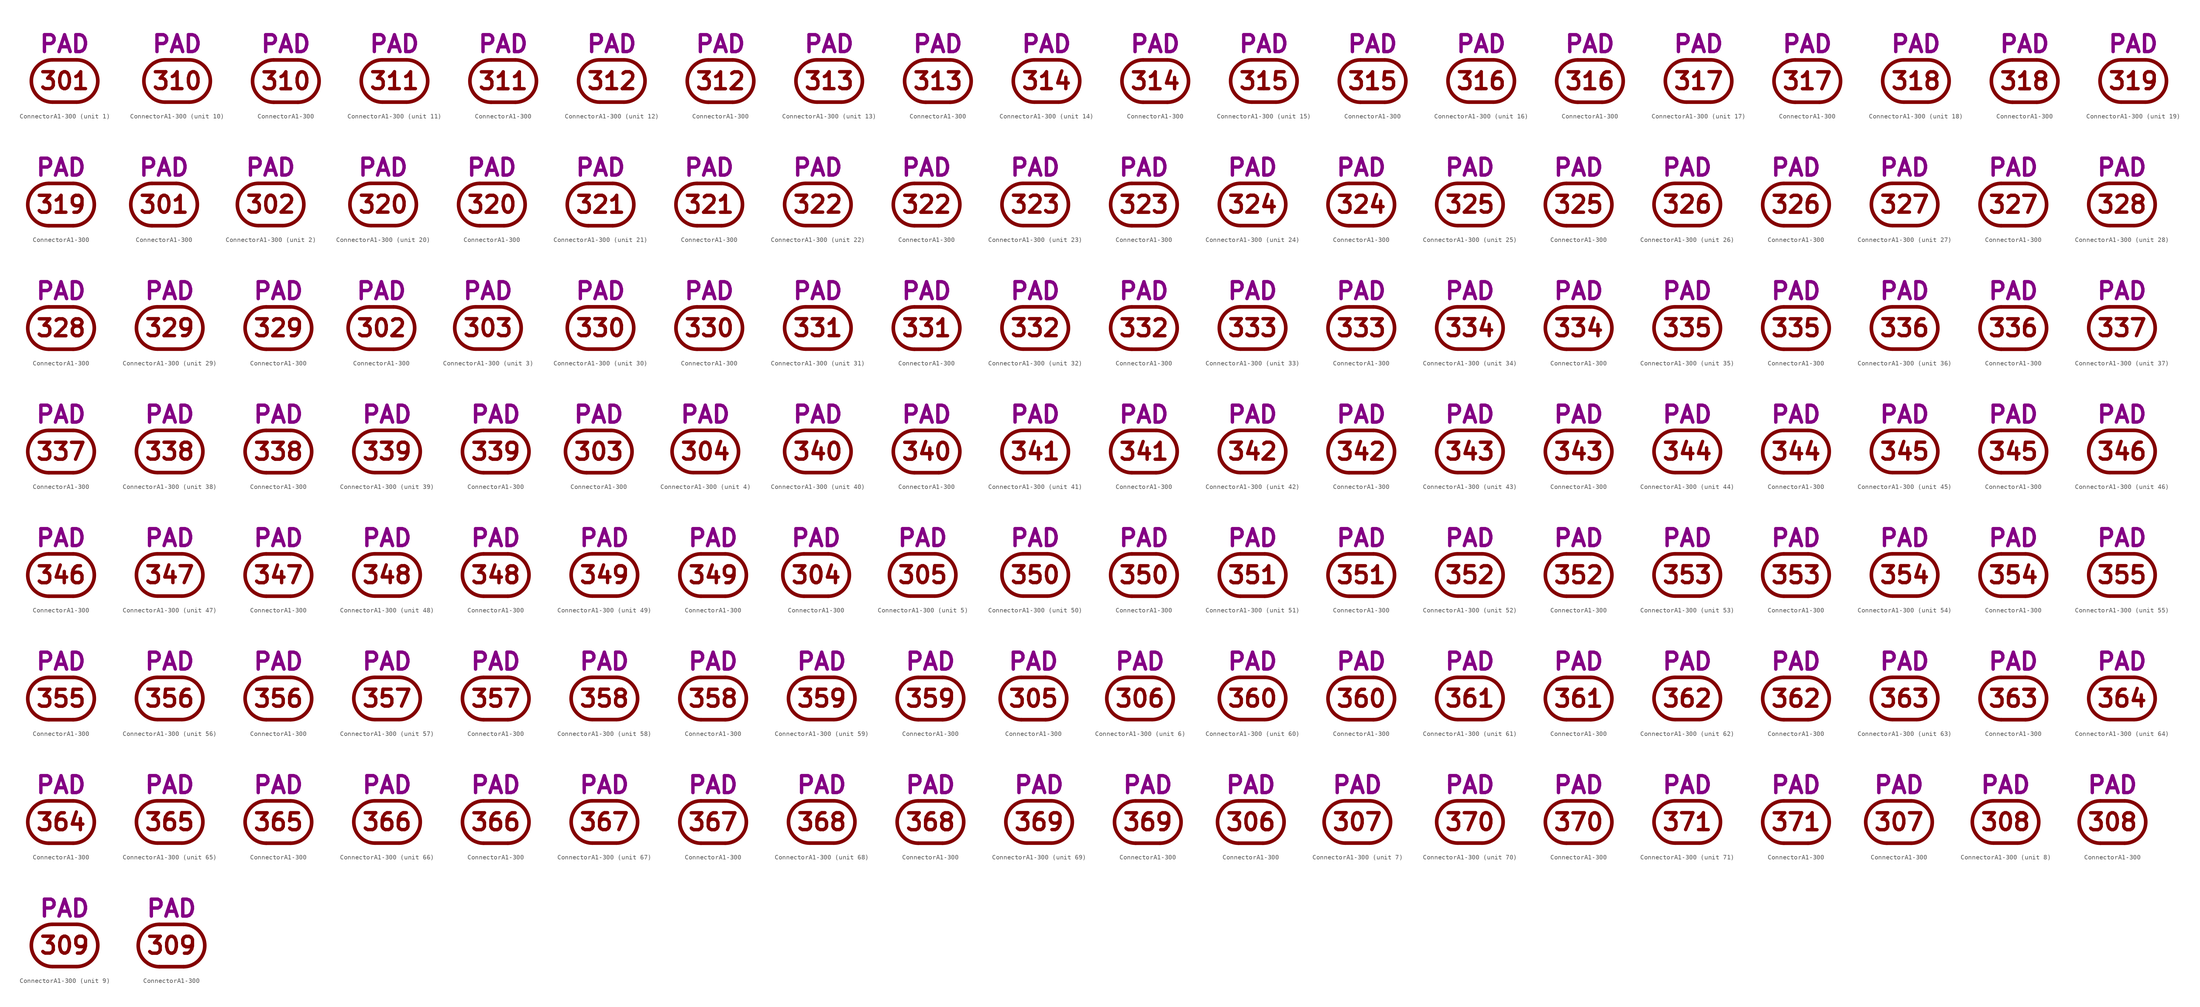
<source format=kicad_sym>
(kicad_symbol_lib
  (version 20211014)
  (generator kicad_symbol_editor)
  (symbol "ConnectorA1-300"
    (pin_numbers hide)
    (pin_names
      (offset 0) hide)
    (property "Reference" "J"
      (at 0 8.255 0)
      (effects (font (size 3.556 3.556)) hide))
    (property "Caption" "PAD"
      (at 0 5.715 0)
      (effects (font (size 3.556 3.556) bold) (justify bottom)))
    (property "ki_locked" ""
      (at 0 0 0)
      (effects (font (size 1.27 1.27))))
    (symbol "ConnectorA1-300_0_0"
      (arc (start -2.54 4.445) (mid -6.985 0) (end -2.54 -4.445) (stroke (width 0.762) (type default) (color 0 0 0 0)) (fill (type none)))
      (polyline (pts (xy -2.54 -4.445) (xy 2.54 -4.445)) (stroke (width 0.762) (type default) (color 0 0 0 0)) (fill (type none)))
      (polyline (pts (xy -2.54 4.445) (xy 2.54 4.445)) (stroke (width 0.762) (type default) (color 0 0 0 0)) (fill (type none)))
      (arc (start 2.54 -4.445) (mid 6.985 0) (end 2.54 4.445) (stroke (width 0.762) (type default) (color 0 0 0 0)) (fill (type none))))
    (symbol "ConnectorA1-300_1_0"
      (text "301" (at 0 0 0) (effects (font (size 3.556 3.556) bold))))
    (symbol "ConnectorA1-300_1_1"
      (pin passive line (at 6.985 0 180) (length 0) (name "301" (effects (font (size 3.556 3.556)))) (number "301" (effects (font (size 3.556 3.556))))))
    (symbol "ConnectorA1-300_1_2"
      (pin passive line (at 0 4.445 270) (length 0) (name "301" (effects (font (size 3.556 3.556)))) (number "301" (effects (font (size 3.556 3.556))))))
    (symbol "ConnectorA1-300_2_0"
      (text "302" (at 0 0 0) (effects (font (size 3.556 3.556) bold))))
    (symbol "ConnectorA1-300_2_1"
      (pin passive line (at 6.985 0 180) (length 0) (name "302" (effects (font (size 3.556 3.556)))) (number "302" (effects (font (size 3.556 3.556))))))
    (symbol "ConnectorA1-300_2_2"
      (pin passive line (at 0 4.445 270) (length 0) (name "302" (effects (font (size 3.556 3.556)))) (number "302" (effects (font (size 3.556 3.556))))))
    (symbol "ConnectorA1-300_3_0"
      (text "303" (at 0 0 0) (effects (font (size 3.556 3.556) bold))))
    (symbol "ConnectorA1-300_3_1"
      (pin passive line (at 6.985 0 180) (length 0) (name "303" (effects (font (size 3.556 3.556)))) (number "303" (effects (font (size 3.556 3.556))))))
    (symbol "ConnectorA1-300_3_2"
      (pin passive line (at 0 4.445 270) (length 0) (name "303" (effects (font (size 3.556 3.556)))) (number "303" (effects (font (size 3.556 3.556))))))
    (symbol "ConnectorA1-300_4_0"
      (text "304" (at 0 0 0) (effects (font (size 3.556 3.556) bold))))
    (symbol "ConnectorA1-300_4_1"
      (pin passive line (at 6.985 0 180) (length 0) (name "304" (effects (font (size 3.556 3.556)))) (number "304" (effects (font (size 3.556 3.556))))))
    (symbol "ConnectorA1-300_4_2"
      (pin passive line (at 0 4.445 270) (length 0) (name "304" (effects (font (size 3.556 3.556)))) (number "304" (effects (font (size 3.556 3.556))))))
    (symbol "ConnectorA1-300_5_0"
      (text "305" (at 0 0 0) (effects (font (size 3.556 3.556) bold))))
    (symbol "ConnectorA1-300_5_1"
      (pin passive line (at 6.985 0 180) (length 0) (name "305" (effects (font (size 3.556 3.556)))) (number "305" (effects (font (size 3.556 3.556))))))
    (symbol "ConnectorA1-300_5_2"
      (pin passive line (at 0 4.445 270) (length 0) (name "305" (effects (font (size 3.556 3.556)))) (number "305" (effects (font (size 3.556 3.556))))))
    (symbol "ConnectorA1-300_6_0"
      (text "306" (at 0 0 0) (effects (font (size 3.556 3.556) bold))))
    (symbol "ConnectorA1-300_6_1"
      (pin passive line (at 6.985 0 180) (length 0) (name "306" (effects (font (size 3.556 3.556)))) (number "306" (effects (font (size 3.556 3.556))))))
    (symbol "ConnectorA1-300_6_2"
      (pin passive line (at 0 4.445 270) (length 0) (name "306" (effects (font (size 3.556 3.556)))) (number "306" (effects (font (size 3.556 3.556))))))
    (symbol "ConnectorA1-300_7_0"
      (text "307" (at 0 0 0) (effects (font (size 3.556 3.556) bold))))
    (symbol "ConnectorA1-300_7_1"
      (pin passive line (at 6.985 0 180) (length 0) (name "307" (effects (font (size 3.556 3.556)))) (number "307" (effects (font (size 3.556 3.556))))))
    (symbol "ConnectorA1-300_7_2"
      (pin passive line (at 0 4.445 270) (length 0) (name "307" (effects (font (size 3.556 3.556)))) (number "307" (effects (font (size 3.556 3.556))))))
    (symbol "ConnectorA1-300_8_0"
      (text "308" (at 0 0 0) (effects (font (size 3.556 3.556) bold))))
    (symbol "ConnectorA1-300_8_1"
      (pin passive line (at 6.985 0 180) (length 0) (name "308" (effects (font (size 3.556 3.556)))) (number "308" (effects (font (size 3.556 3.556))))))
    (symbol "ConnectorA1-300_8_2"
      (pin passive line (at 0 4.445 270) (length 0) (name "308" (effects (font (size 3.556 3.556)))) (number "308" (effects (font (size 3.556 3.556))))))
    (symbol "ConnectorA1-300_9_0"
      (text "309" (at 0 0 0) (effects (font (size 3.556 3.556) bold))))
    (symbol "ConnectorA1-300_9_1"
      (pin passive line (at 6.985 0 180) (length 0) (name "309" (effects (font (size 3.556 3.556)))) (number "309" (effects (font (size 3.556 3.556))))))
    (symbol "ConnectorA1-300_9_2"
      (pin passive line (at 0 4.445 270) (length 0) (name "309" (effects (font (size 3.556 3.556)))) (number "309" (effects (font (size 3.556 3.556))))))
    (symbol "ConnectorA1-300_10_0"
      (text "310" (at 0 0 0) (effects (font (size 3.556 3.556) bold))))
    (symbol "ConnectorA1-300_10_1"
      (pin passive line (at 6.985 0 180) (length 0) (name "310" (effects (font (size 3.556 3.556)))) (number "310" (effects (font (size 3.556 3.556))))))
    (symbol "ConnectorA1-300_10_2"
      (pin passive line (at 0 4.445 270) (length 0) (name "310" (effects (font (size 3.556 3.556)))) (number "310" (effects (font (size 3.556 3.556))))))
    (symbol "ConnectorA1-300_11_0"
      (text "311" (at 0 0 0) (effects (font (size 3.556 3.556) bold))))
    (symbol "ConnectorA1-300_11_1"
      (pin passive line (at 6.985 0 180) (length 0) (name "311" (effects (font (size 3.556 3.556)))) (number "311" (effects (font (size 3.556 3.556))))))
    (symbol "ConnectorA1-300_11_2"
      (pin passive line (at 0 4.445 270) (length 0) (name "311" (effects (font (size 3.556 3.556)))) (number "311" (effects (font (size 3.556 3.556))))))
    (symbol "ConnectorA1-300_12_0"
      (text "312" (at 0 0 0) (effects (font (size 3.556 3.556) bold))))
    (symbol "ConnectorA1-300_12_1"
      (pin passive line (at 6.985 0 180) (length 0) (name "312" (effects (font (size 3.556 3.556)))) (number "312" (effects (font (size 3.556 3.556))))))
    (symbol "ConnectorA1-300_12_2"
      (pin passive line (at 0 4.445 270) (length 0) (name "312" (effects (font (size 3.556 3.556)))) (number "312" (effects (font (size 3.556 3.556))))))
    (symbol "ConnectorA1-300_13_0"
      (text "313" (at 0 0 0) (effects (font (size 3.556 3.556) bold))))
    (symbol "ConnectorA1-300_13_1"
      (pin passive line (at 6.985 0 180) (length 0) (name "313" (effects (font (size 3.556 3.556)))) (number "313" (effects (font (size 3.556 3.556))))))
    (symbol "ConnectorA1-300_13_2"
      (pin passive line (at 0 4.445 270) (length 0) (name "313" (effects (font (size 3.556 3.556)))) (number "313" (effects (font (size 3.556 3.556))))))
    (symbol "ConnectorA1-300_14_0"
      (text "314" (at 0 0 0) (effects (font (size 3.556 3.556) bold))))
    (symbol "ConnectorA1-300_14_1"
      (pin passive line (at 6.985 0 180) (length 0) (name "314" (effects (font (size 3.556 3.556)))) (number "314" (effects (font (size 3.556 3.556))))))
    (symbol "ConnectorA1-300_14_2"
      (pin passive line (at 0 4.445 270) (length 0) (name "314" (effects (font (size 3.556 3.556)))) (number "314" (effects (font (size 3.556 3.556))))))
    (symbol "ConnectorA1-300_15_0"
      (text "315" (at 0 0 0) (effects (font (size 3.556 3.556) bold))))
    (symbol "ConnectorA1-300_15_1"
      (pin passive line (at 6.985 0 180) (length 0) (name "315" (effects (font (size 3.556 3.556)))) (number "315" (effects (font (size 3.556 3.556))))))
    (symbol "ConnectorA1-300_15_2"
      (pin passive line (at 0 4.445 270) (length 0) (name "315" (effects (font (size 3.556 3.556)))) (number "315" (effects (font (size 3.556 3.556))))))
    (symbol "ConnectorA1-300_16_0"
      (text "316" (at 0 0 0) (effects (font (size 3.556 3.556) bold))))
    (symbol "ConnectorA1-300_16_1"
      (pin passive line (at 6.985 0 180) (length 0) (name "316" (effects (font (size 3.556 3.556)))) (number "316" (effects (font (size 3.556 3.556))))))
    (symbol "ConnectorA1-300_16_2"
      (pin passive line (at 0 4.445 270) (length 0) (name "316" (effects (font (size 3.556 3.556)))) (number "316" (effects (font (size 3.556 3.556))))))
    (symbol "ConnectorA1-300_17_0"
      (text "317" (at 0 0 0) (effects (font (size 3.556 3.556) bold))))
    (symbol "ConnectorA1-300_17_1"
      (pin passive line (at 6.985 0 180) (length 0) (name "317" (effects (font (size 3.556 3.556)))) (number "317" (effects (font (size 3.556 3.556))))))
    (symbol "ConnectorA1-300_17_2"
      (pin passive line (at 0 4.445 270) (length 0) (name "317" (effects (font (size 3.556 3.556)))) (number "317" (effects (font (size 3.556 3.556))))))
    (symbol "ConnectorA1-300_18_0"
      (text "318" (at 0 0 0) (effects (font (size 3.556 3.556) bold))))
    (symbol "ConnectorA1-300_18_1"
      (pin passive line (at 6.985 0 180) (length 0) (name "318" (effects (font (size 3.556 3.556)))) (number "318" (effects (font (size 3.556 3.556))))))
    (symbol "ConnectorA1-300_18_2"
      (pin passive line (at 0 4.445 270) (length 0) (name "318" (effects (font (size 3.556 3.556)))) (number "318" (effects (font (size 3.556 3.556))))))
    (symbol "ConnectorA1-300_19_0"
      (text "319" (at 0 0 0) (effects (font (size 3.556 3.556) bold))))
    (symbol "ConnectorA1-300_19_1"
      (pin passive line (at 6.985 0 180) (length 0) (name "319" (effects (font (size 3.556 3.556)))) (number "319" (effects (font (size 3.556 3.556))))))
    (symbol "ConnectorA1-300_19_2"
      (pin passive line (at 0 4.445 270) (length 0) (name "319" (effects (font (size 3.556 3.556)))) (number "319" (effects (font (size 3.556 3.556))))))
    (symbol "ConnectorA1-300_20_0"
      (text "320" (at 0 0 0) (effects (font (size 3.556 3.556) bold))))
    (symbol "ConnectorA1-300_20_1"
      (pin passive line (at 6.985 0 180) (length 0) (name "320" (effects (font (size 3.556 3.556)))) (number "320" (effects (font (size 3.556 3.556))))))
    (symbol "ConnectorA1-300_20_2"
      (pin passive line (at 0 4.445 270) (length 0) (name "320" (effects (font (size 3.556 3.556)))) (number "320" (effects (font (size 3.556 3.556))))))
    (symbol "ConnectorA1-300_21_0"
      (text "321" (at 0 0 0) (effects (font (size 3.556 3.556) bold))))
    (symbol "ConnectorA1-300_22_0"
      (text "322" (at 0 0 0) (effects (font (size 3.556 3.556) bold))))
    (symbol "ConnectorA1-300_22_1"
      (pin passive line (at 6.985 0 180) (length 0) (name "322" (effects (font (size 3.556 3.556)))) (number "322" (effects (font (size 3.556 3.556))))))
    (symbol "ConnectorA1-300_22_2"
      (pin passive line (at 0 4.445 270) (length 0) (name "322" (effects (font (size 3.556 3.556)))) (number "322" (effects (font (size 3.556 3.556))))))
    (symbol "ConnectorA1-300_23_0"
      (text "323" (at 0 0 0) (effects (font (size 3.556 3.556) bold))))
    (symbol "ConnectorA1-300_23_1"
      (pin passive line (at 6.985 0 180) (length 0) (name "323" (effects (font (size 3.556 3.556)))) (number "323" (effects (font (size 3.556 3.556))))))
    (symbol "ConnectorA1-300_23_2"
      (pin passive line (at 0 4.445 270) (length 0) (name "323" (effects (font (size 3.556 3.556)))) (number "323" (effects (font (size 3.556 3.556))))))
    (symbol "ConnectorA1-300_24_0"
      (text "324" (at 0 0 0) (effects (font (size 3.556 3.556) bold))))
    (symbol "ConnectorA1-300_24_1"
      (pin passive line (at 6.985 0 180) (length 0) (name "324" (effects (font (size 3.556 3.556)))) (number "324" (effects (font (size 3.556 3.556))))))
    (symbol "ConnectorA1-300_24_2"
      (pin passive line (at 0 4.445 270) (length 0) (name "324" (effects (font (size 3.556 3.556)))) (number "324" (effects (font (size 3.556 3.556))))))
    (symbol "ConnectorA1-300_25_0"
      (text "325" (at 0 0 0) (effects (font (size 3.556 3.556) bold))))
    (symbol "ConnectorA1-300_25_1"
      (pin passive line (at 6.985 0 180) (length 0) (name "325" (effects (font (size 3.556 3.556)))) (number "325" (effects (font (size 3.556 3.556))))))
    (symbol "ConnectorA1-300_25_2"
      (pin passive line (at 0 4.445 270) (length 0) (name "325" (effects (font (size 3.556 3.556)))) (number "325" (effects (font (size 3.556 3.556))))))
    (symbol "ConnectorA1-300_26_0"
      (text "326" (at 0 0 0) (effects (font (size 3.556 3.556) bold))))
    (symbol "ConnectorA1-300_26_1"
      (pin passive line (at 6.985 0 180) (length 0) (name "326" (effects (font (size 3.556 3.556)))) (number "326" (effects (font (size 3.556 3.556))))))
    (symbol "ConnectorA1-300_26_2"
      (pin passive line (at 0 4.445 270) (length 0) (name "326" (effects (font (size 3.556 3.556)))) (number "326" (effects (font (size 3.556 3.556))))))
    (symbol "ConnectorA1-300_27_0"
      (text "327" (at 0 0 0) (effects (font (size 3.556 3.556) bold))))
    (symbol "ConnectorA1-300_27_1"
      (pin passive line (at 6.985 0 180) (length 0) (name "327" (effects (font (size 3.556 3.556)))) (number "327" (effects (font (size 3.556 3.556))))))
    (symbol "ConnectorA1-300_27_2"
      (pin passive line (at 0 4.445 270) (length 0) (name "327" (effects (font (size 3.556 3.556)))) (number "327" (effects (font (size 3.556 3.556))))))
    (symbol "ConnectorA1-300_28_0"
      (text "328" (at 0 0 0) (effects (font (size 3.556 3.556) bold))))
    (symbol "ConnectorA1-300_28_1"
      (pin passive line (at 6.985 0 180) (length 0) (name "328" (effects (font (size 3.556 3.556)))) (number "328" (effects (font (size 3.556 3.556))))))
    (symbol "ConnectorA1-300_28_2"
      (pin passive line (at 0 4.445 270) (length 0) (name "328" (effects (font (size 3.556 3.556)))) (number "328" (effects (font (size 3.556 3.556))))))
    (symbol "ConnectorA1-300_29_0"
      (text "329" (at 0 0 0) (effects (font (size 3.556 3.556) bold))))
    (symbol "ConnectorA1-300_29_1"
      (pin passive line (at 6.985 0 180) (length 0) (name "329" (effects (font (size 3.556 3.556)))) (number "329" (effects (font (size 3.556 3.556))))))
    (symbol "ConnectorA1-300_29_2"
      (pin passive line (at 0 4.445 270) (length 0) (name "329" (effects (font (size 3.556 3.556)))) (number "329" (effects (font (size 3.556 3.556))))))
    (symbol "ConnectorA1-300_30_0"
      (text "330" (at 0 0 0) (effects (font (size 3.556 3.556) bold))))
    (symbol "ConnectorA1-300_30_1"
      (pin passive line (at 6.985 0 180) (length 0) (name "330" (effects (font (size 3.556 3.556)))) (number "330" (effects (font (size 3.556 3.556))))))
    (symbol "ConnectorA1-300_30_2"
      (pin passive line (at 0 4.445 270) (length 0) (name "330" (effects (font (size 3.556 3.556)))) (number "330" (effects (font (size 3.556 3.556))))))
    (symbol "ConnectorA1-300_31_0"
      (text "331" (at 0 0 0) (effects (font (size 3.556 3.556) bold))))
    (symbol "ConnectorA1-300_31_1"
      (pin passive line (at 6.985 0 180) (length 0) (name "331" (effects (font (size 3.556 3.556)))) (number "331" (effects (font (size 3.556 3.556))))))
    (symbol "ConnectorA1-300_31_2"
      (pin passive line (at 0 4.445 270) (length 0) (name "331" (effects (font (size 3.556 3.556)))) (number "331" (effects (font (size 3.556 3.556))))))
    (symbol "ConnectorA1-300_32_0"
      (text "332" (at 0 0 0) (effects (font (size 3.556 3.556) bold))))
    (symbol "ConnectorA1-300_32_1"
      (pin passive line (at 6.985 0 180) (length 0) (name "332" (effects (font (size 3.556 3.556)))) (number "332" (effects (font (size 3.556 3.556))))))
    (symbol "ConnectorA1-300_32_2"
      (pin passive line (at 0 4.445 270) (length 0) (name "332" (effects (font (size 3.556 3.556)))) (number "332" (effects (font (size 3.556 3.556))))))
    (symbol "ConnectorA1-300_33_0"
      (text "333" (at 0 0 0) (effects (font (size 3.556 3.556) bold))))
    (symbol "ConnectorA1-300_33_1"
      (pin passive line (at 6.985 0 180) (length 0) (name "333" (effects (font (size 3.556 3.556)))) (number "333" (effects (font (size 3.556 3.556))))))
    (symbol "ConnectorA1-300_33_2"
      (pin passive line (at 0 4.445 270) (length 0) (name "333" (effects (font (size 3.556 3.556)))) (number "333" (effects (font (size 3.556 3.556))))))
    (symbol "ConnectorA1-300_34_0"
      (text "334" (at 0 0 0) (effects (font (size 3.556 3.556) bold))))
    (symbol "ConnectorA1-300_34_1"
      (pin passive line (at 6.985 0 180) (length 0) (name "334" (effects (font (size 3.556 3.556)))) (number "334" (effects (font (size 3.556 3.556))))))
    (symbol "ConnectorA1-300_34_2"
      (pin passive line (at 0 4.445 270) (length 0) (name "334" (effects (font (size 3.556 3.556)))) (number "334" (effects (font (size 3.556 3.556))))))
    (symbol "ConnectorA1-300_35_0"
      (text "335" (at 0 0 0) (effects (font (size 3.556 3.556) bold))))
    (symbol "ConnectorA1-300_35_1"
      (pin passive line (at 6.985 0 180) (length 0) (name "335" (effects (font (size 3.556 3.556)))) (number "335" (effects (font (size 3.556 3.556))))))
    (symbol "ConnectorA1-300_35_2"
      (pin passive line (at 0 4.445 270) (length 0) (name "335" (effects (font (size 3.556 3.556)))) (number "335" (effects (font (size 3.556 3.556))))))
    (symbol "ConnectorA1-300_36_0"
      (text "336" (at 0 0 0) (effects (font (size 3.556 3.556) bold))))
    (symbol "ConnectorA1-300_36_1"
      (pin passive line (at 6.985 0 180) (length 0) (name "336" (effects (font (size 3.556 3.556)))) (number "336" (effects (font (size 3.556 3.556))))))
    (symbol "ConnectorA1-300_36_2"
      (pin passive line (at 0 4.445 270) (length 0) (name "336" (effects (font (size 3.556 3.556)))) (number "336" (effects (font (size 3.556 3.556))))))
    (symbol "ConnectorA1-300_37_0"
      (text "337" (at 0 0 0) (effects (font (size 3.556 3.556) bold))))
    (symbol "ConnectorA1-300_37_1"
      (pin passive line (at 6.985 0 180) (length 0) (name "337" (effects (font (size 3.556 3.556)))) (number "337" (effects (font (size 3.556 3.556))))))
    (symbol "ConnectorA1-300_37_2"
      (pin passive line (at 0 4.445 270) (length 0) (name "337" (effects (font (size 3.556 3.556)))) (number "337" (effects (font (size 3.556 3.556))))))
    (symbol "ConnectorA1-300_38_0"
      (text "338" (at 0 0 0) (effects (font (size 3.556 3.556) bold))))
    (symbol "ConnectorA1-300_38_1"
      (pin passive line (at 6.985 0 180) (length 0) (name "338" (effects (font (size 3.556 3.556)))) (number "338" (effects (font (size 3.556 3.556))))))
    (symbol "ConnectorA1-300_38_2"
      (pin passive line (at 0 4.445 270) (length 0) (name "338" (effects (font (size 3.556 3.556)))) (number "338" (effects (font (size 3.556 3.556))))))
    (symbol "ConnectorA1-300_39_0"
      (text "339" (at 0 0 0) (effects (font (size 3.556 3.556) bold))))
    (symbol "ConnectorA1-300_39_1"
      (pin passive line (at 6.985 0 180) (length 0) (name "339" (effects (font (size 3.556 3.556)))) (number "339" (effects (font (size 3.556 3.556))))))
    (symbol "ConnectorA1-300_39_2"
      (pin passive line (at 0 4.445 270) (length 0) (name "339" (effects (font (size 3.556 3.556)))) (number "339" (effects (font (size 3.556 3.556))))))
    (symbol "ConnectorA1-300_40_0"
      (text "340" (at 0 0 0) (effects (font (size 3.556 3.556) bold))))
    (symbol "ConnectorA1-300_40_1"
      (pin passive line (at 6.985 0 180) (length 0) (name "340" (effects (font (size 3.556 3.556)))) (number "340" (effects (font (size 3.556 3.556))))))
    (symbol "ConnectorA1-300_40_2"
      (pin passive line (at 0 4.445 270) (length 0) (name "340" (effects (font (size 3.556 3.556)))) (number "340" (effects (font (size 3.556 3.556))))))
    (symbol "ConnectorA1-300_41_0"
      (text "341" (at 0 0 0) (effects (font (size 3.556 3.556) bold))))
    (symbol "ConnectorA1-300_41_1"
      (pin passive line (at 6.985 0 180) (length 0) (name "341" (effects (font (size 3.556 3.556)))) (number "341" (effects (font (size 3.556 3.556))))))
    (symbol "ConnectorA1-300_41_2"
      (pin passive line (at 0 4.445 270) (length 0) (name "341" (effects (font (size 3.556 3.556)))) (number "341" (effects (font (size 3.556 3.556))))))
    (symbol "ConnectorA1-300_42_0"
      (text "342" (at 0 0 0) (effects (font (size 3.556 3.556) bold))))
    (symbol "ConnectorA1-300_42_1"
      (pin passive line (at 6.985 0 180) (length 0) (name "342" (effects (font (size 3.556 3.556)))) (number "342" (effects (font (size 3.556 3.556))))))
    (symbol "ConnectorA1-300_42_2"
      (pin passive line (at 0 4.445 270) (length 0) (name "342" (effects (font (size 3.556 3.556)))) (number "342" (effects (font (size 3.556 3.556))))))
    (symbol "ConnectorA1-300_43_0"
      (text "343" (at 0 0 0) (effects (font (size 3.556 3.556) bold))))
    (symbol "ConnectorA1-300_43_1"
      (pin passive line (at 6.985 0 180) (length 0) (name "343" (effects (font (size 3.556 3.556)))) (number "343" (effects (font (size 3.556 3.556))))))
    (symbol "ConnectorA1-300_43_2"
      (pin passive line (at 0 4.445 270) (length 0) (name "343" (effects (font (size 3.556 3.556)))) (number "343" (effects (font (size 3.556 3.556))))))
    (symbol "ConnectorA1-300_44_0"
      (text "344" (at 0 0 0) (effects (font (size 3.556 3.556) bold))))
    (symbol "ConnectorA1-300_44_1"
      (pin passive line (at 6.985 0 180) (length 0) (name "344" (effects (font (size 3.556 3.556)))) (number "344" (effects (font (size 3.556 3.556))))))
    (symbol "ConnectorA1-300_44_2"
      (pin passive line (at 0 4.445 270) (length 0) (name "344" (effects (font (size 3.556 3.556)))) (number "344" (effects (font (size 3.556 3.556))))))
    (symbol "ConnectorA1-300_45_0"
      (text "345" (at 0 0 0) (effects (font (size 3.556 3.556) bold))))
    (symbol "ConnectorA1-300_45_1"
      (pin passive line (at 6.985 0 180) (length 0) (name "345" (effects (font (size 3.556 3.556)))) (number "345" (effects (font (size 3.556 3.556))))))
    (symbol "ConnectorA1-300_45_2"
      (pin passive line (at 0 4.445 270) (length 0) (name "345" (effects (font (size 3.556 3.556)))) (number "345" (effects (font (size 3.556 3.556))))))
    (symbol "ConnectorA1-300_46_0"
      (text "346" (at 0 0 0) (effects (font (size 3.556 3.556) bold))))
    (symbol "ConnectorA1-300_46_1"
      (pin passive line (at 6.985 0 180) (length 0) (name "346" (effects (font (size 3.556 3.556)))) (number "346" (effects (font (size 3.556 3.556))))))
    (symbol "ConnectorA1-300_46_2"
      (pin passive line (at 0 4.445 270) (length 0) (name "346" (effects (font (size 3.556 3.556)))) (number "346" (effects (font (size 3.556 3.556))))))
    (symbol "ConnectorA1-300_47_0"
      (text "347" (at 0 0 0) (effects (font (size 3.556 3.556) bold))))
    (symbol "ConnectorA1-300_47_1"
      (pin passive line (at 6.985 0 180) (length 0) (name "347" (effects (font (size 3.556 3.556)))) (number "347" (effects (font (size 3.556 3.556))))))
    (symbol "ConnectorA1-300_47_2"
      (pin passive line (at 0 4.445 270) (length 0) (name "347" (effects (font (size 3.556 3.556)))) (number "347" (effects (font (size 3.556 3.556))))))
    (symbol "ConnectorA1-300_48_0"
      (text "348" (at 0 0 0) (effects (font (size 3.556 3.556) bold))))
    (symbol "ConnectorA1-300_48_1"
      (pin passive line (at 6.985 0 180) (length 0) (name "348" (effects (font (size 3.556 3.556)))) (number "348" (effects (font (size 3.556 3.556))))))
    (symbol "ConnectorA1-300_48_2"
      (pin passive line (at 0 4.445 270) (length 0) (name "348" (effects (font (size 3.556 3.556)))) (number "348" (effects (font (size 3.556 3.556))))))
    (symbol "ConnectorA1-300_49_0"
      (text "349" (at 0 0 0) (effects (font (size 3.556 3.556) bold))))
    (symbol "ConnectorA1-300_49_1"
      (pin passive line (at 6.985 0 180) (length 0) (name "349" (effects (font (size 3.556 3.556)))) (number "349" (effects (font (size 3.556 3.556))))))
    (symbol "ConnectorA1-300_49_2"
      (pin passive line (at 0 4.445 270) (length 0) (name "349" (effects (font (size 3.556 3.556)))) (number "349" (effects (font (size 3.556 3.556))))))
    (symbol "ConnectorA1-300_50_0"
      (text "350" (at 0 0 0) (effects (font (size 3.556 3.556) bold))))
    (symbol "ConnectorA1-300_50_1"
      (pin passive line (at 6.985 0 180) (length 0) (name "350" (effects (font (size 3.556 3.556)))) (number "350" (effects (font (size 3.556 3.556))))))
    (symbol "ConnectorA1-300_50_2"
      (pin passive line (at 0 4.445 270) (length 0) (name "350" (effects (font (size 3.556 3.556)))) (number "350" (effects (font (size 3.556 3.556))))))
    (symbol "ConnectorA1-300_51_0"
      (text "351" (at 0 0 0) (effects (font (size 3.556 3.556) bold))))
    (symbol "ConnectorA1-300_52_0"
      (text "352" (at 0 0 0) (effects (font (size 3.556 3.556) bold))))
    (symbol "ConnectorA1-300_52_1"
      (pin passive line (at 6.985 0 180) (length 0) (name "352" (effects (font (size 3.556 3.556)))) (number "352" (effects (font (size 3.556 3.556))))))
    (symbol "ConnectorA1-300_52_2"
      (pin passive line (at 0 4.445 270) (length 0) (name "352" (effects (font (size 3.556 3.556)))) (number "352" (effects (font (size 3.556 3.556))))))
    (symbol "ConnectorA1-300_53_0"
      (text "353" (at 0 0 0) (effects (font (size 3.556 3.556) bold))))
    (symbol "ConnectorA1-300_53_1"
      (pin passive line (at 6.985 0 180) (length 0) (name "353" (effects (font (size 3.556 3.556)))) (number "353" (effects (font (size 3.556 3.556))))))
    (symbol "ConnectorA1-300_53_2"
      (pin passive line (at 0 4.445 270) (length 0) (name "353" (effects (font (size 3.556 3.556)))) (number "353" (effects (font (size 3.556 3.556))))))
    (symbol "ConnectorA1-300_54_0"
      (text "354" (at 0 0 0) (effects (font (size 3.556 3.556) bold))))
    (symbol "ConnectorA1-300_54_1"
      (pin passive line (at 6.985 0 180) (length 0) (name "354" (effects (font (size 3.556 3.556)))) (number "354" (effects (font (size 3.556 3.556))))))
    (symbol "ConnectorA1-300_54_2"
      (pin passive line (at 0 4.445 270) (length 0) (name "354" (effects (font (size 3.556 3.556)))) (number "354" (effects (font (size 3.556 3.556))))))
    (symbol "ConnectorA1-300_55_0"
      (text "355" (at 0 0 0) (effects (font (size 3.556 3.556) bold))))
    (symbol "ConnectorA1-300_55_1"
      (pin passive line (at 6.985 0 180) (length 0) (name "355" (effects (font (size 3.556 3.556)))) (number "355" (effects (font (size 3.556 3.556))))))
    (symbol "ConnectorA1-300_55_2"
      (pin passive line (at 0 4.445 270) (length 0) (name "355" (effects (font (size 3.556 3.556)))) (number "355" (effects (font (size 3.556 3.556))))))
    (symbol "ConnectorA1-300_56_0"
      (text "356" (at 0 0 0) (effects (font (size 3.556 3.556) bold))))
    (symbol "ConnectorA1-300_56_1"
      (pin passive line (at 6.985 0 180) (length 0) (name "356" (effects (font (size 3.556 3.556)))) (number "356" (effects (font (size 3.556 3.556))))))
    (symbol "ConnectorA1-300_56_2"
      (pin passive line (at 0 4.445 270) (length 0) (name "356" (effects (font (size 3.556 3.556)))) (number "356" (effects (font (size 3.556 3.556))))))
    (symbol "ConnectorA1-300_57_0"
      (text "357" (at 0 0 0) (effects (font (size 3.556 3.556) bold))))
    (symbol "ConnectorA1-300_57_1"
      (pin passive line (at 6.985 0 180) (length 0) (name "357" (effects (font (size 3.556 3.556)))) (number "357" (effects (font (size 3.556 3.556))))))
    (symbol "ConnectorA1-300_57_2"
      (pin passive line (at 0 4.445 270) (length 0) (name "357" (effects (font (size 3.556 3.556)))) (number "357" (effects (font (size 3.556 3.556))))))
    (symbol "ConnectorA1-300_58_0"
      (text "358" (at 0 0 0) (effects (font (size 3.556 3.556) bold))))
    (symbol "ConnectorA1-300_58_1"
      (pin passive line (at 6.985 0 180) (length 0) (name "358" (effects (font (size 3.556 3.556)))) (number "358" (effects (font (size 3.556 3.556))))))
    (symbol "ConnectorA1-300_58_2"
      (pin passive line (at 0 4.445 270) (length 0) (name "358" (effects (font (size 3.556 3.556)))) (number "358" (effects (font (size 3.556 3.556))))))
    (symbol "ConnectorA1-300_59_0"
      (text "359" (at 0 0 0) (effects (font (size 3.556 3.556) bold))))
    (symbol "ConnectorA1-300_59_1"
      (pin passive line (at 6.985 0 180) (length 0) (name "359" (effects (font (size 3.556 3.556)))) (number "359" (effects (font (size 3.556 3.556))))))
    (symbol "ConnectorA1-300_59_2"
      (pin passive line (at 0 4.445 270) (length 0) (name "359" (effects (font (size 3.556 3.556)))) (number "359" (effects (font (size 3.556 3.556))))))
    (symbol "ConnectorA1-300_60_0"
      (text "360" (at 0 0 0) (effects (font (size 3.556 3.556) bold))))
    (symbol "ConnectorA1-300_60_1"
      (pin passive line (at 6.985 0 180) (length 0) (name "360" (effects (font (size 3.556 3.556)))) (number "360" (effects (font (size 3.556 3.556))))))
    (symbol "ConnectorA1-300_60_2"
      (pin passive line (at 0 4.445 270) (length 0) (name "360" (effects (font (size 3.556 3.556)))) (number "360" (effects (font (size 3.556 3.556))))))
    (symbol "ConnectorA1-300_61_0"
      (text "361" (at 0 0 0) (effects (font (size 3.556 3.556) bold))))
    (symbol "ConnectorA1-300_61_1"
      (pin passive line (at 6.985 0 180) (length 0) (name "361" (effects (font (size 3.556 3.556)))) (number "361" (effects (font (size 3.556 3.556))))))
    (symbol "ConnectorA1-300_61_2"
      (pin passive line (at 0 4.445 270) (length 0) (name "361" (effects (font (size 3.556 3.556)))) (number "361" (effects (font (size 3.556 3.556))))))
    (symbol "ConnectorA1-300_62_0"
      (text "362" (at 0 0 0) (effects (font (size 3.556 3.556) bold))))
    (symbol "ConnectorA1-300_62_1"
      (pin passive line (at 6.985 0 180) (length 0) (name "362" (effects (font (size 3.556 3.556)))) (number "362" (effects (font (size 3.556 3.556))))))
    (symbol "ConnectorA1-300_62_2"
      (pin passive line (at 0 4.445 270) (length 0) (name "362" (effects (font (size 3.556 3.556)))) (number "362" (effects (font (size 3.556 3.556))))))
    (symbol "ConnectorA1-300_63_0"
      (text "363" (at 0 0 0) (effects (font (size 3.556 3.556) bold))))
    (symbol "ConnectorA1-300_63_1"
      (pin passive line (at 6.985 0 180) (length 0) (name "363" (effects (font (size 3.556 3.556)))) (number "363" (effects (font (size 3.556 3.556))))))
    (symbol "ConnectorA1-300_63_2"
      (pin passive line (at 0 4.445 270) (length 0) (name "363" (effects (font (size 3.556 3.556)))) (number "363" (effects (font (size 3.556 3.556))))))
    (symbol "ConnectorA1-300_64_0"
      (text "364" (at 0 0 0) (effects (font (size 3.556 3.556) bold))))
    (symbol "ConnectorA1-300_64_1"
      (pin passive line (at 6.985 0 180) (length 0) (name "364" (effects (font (size 3.556 3.556)))) (number "364" (effects (font (size 3.556 3.556))))))
    (symbol "ConnectorA1-300_64_2"
      (pin passive line (at 0 4.445 270) (length 0) (name "364" (effects (font (size 3.556 3.556)))) (number "364" (effects (font (size 3.556 3.556))))))
    (symbol "ConnectorA1-300_65_0"
      (text "365" (at 0 0 0) (effects (font (size 3.556 3.556) bold))))
    (symbol "ConnectorA1-300_65_1"
      (pin passive line (at 6.985 0 180) (length 0) (name "365" (effects (font (size 3.556 3.556)))) (number "365" (effects (font (size 3.556 3.556))))))
    (symbol "ConnectorA1-300_65_2"
      (pin passive line (at 0 4.445 270) (length 0) (name "365" (effects (font (size 3.556 3.556)))) (number "365" (effects (font (size 3.556 3.556))))))
    (symbol "ConnectorA1-300_66_0"
      (text "366" (at 0 0 0) (effects (font (size 3.556 3.556) bold))))
    (symbol "ConnectorA1-300_66_1"
      (pin passive line (at 6.985 0 180) (length 0) (name "366" (effects (font (size 3.556 3.556)))) (number "366" (effects (font (size 3.556 3.556))))))
    (symbol "ConnectorA1-300_66_2"
      (pin passive line (at 0 4.445 270) (length 0) (name "366" (effects (font (size 3.556 3.556)))) (number "366" (effects (font (size 3.556 3.556))))))
    (symbol "ConnectorA1-300_67_0"
      (text "367" (at 0 0 0) (effects (font (size 3.556 3.556) bold))))
    (symbol "ConnectorA1-300_67_1"
      (pin passive line (at 6.985 0 180) (length 0) (name "367" (effects (font (size 3.556 3.556)))) (number "367" (effects (font (size 3.556 3.556))))))
    (symbol "ConnectorA1-300_67_2"
      (pin passive line (at 0 4.445 270) (length 0) (name "367" (effects (font (size 3.556 3.556)))) (number "367" (effects (font (size 3.556 3.556))))))
    (symbol "ConnectorA1-300_68_0"
      (text "368" (at 0 0 0) (effects (font (size 3.556 3.556) bold))))
    (symbol "ConnectorA1-300_68_1"
      (pin passive line (at 6.985 0 180) (length 0) (name "368" (effects (font (size 3.556 3.556)))) (number "368" (effects (font (size 3.556 3.556))))))
    (symbol "ConnectorA1-300_68_2"
      (pin passive line (at 0 4.445 270) (length 0) (name "368" (effects (font (size 3.556 3.556)))) (number "368" (effects (font (size 3.556 3.556))))))
    (symbol "ConnectorA1-300_69_0"
      (text "369" (at 0 0 0) (effects (font (size 3.556 3.556) bold))))
    (symbol "ConnectorA1-300_69_1"
      (pin passive line (at 6.985 0 180) (length 0) (name "369" (effects (font (size 3.556 3.556)))) (number "369" (effects (font (size 3.556 3.556))))))
    (symbol "ConnectorA1-300_69_2"
      (pin passive line (at 0 4.445 270) (length 0) (name "369" (effects (font (size 3.556 3.556)))) (number "369" (effects (font (size 3.556 3.556))))))
    (symbol "ConnectorA1-300_70_0"
      (text "370" (at 0 0 0) (effects (font (size 3.556 3.556) bold))))
    (symbol "ConnectorA1-300_70_1"
      (pin passive line (at 6.985 0 180) (length 0) (name "370" (effects (font (size 3.556 3.556)))) (number "370" (effects (font (size 3.556 3.556))))))
    (symbol "ConnectorA1-300_70_2"
      (pin passive line (at 0 4.445 270) (length 0) (name "370" (effects (font (size 3.556 3.556)))) (number "370" (effects (font (size 3.556 3.556))))))
    (symbol "ConnectorA1-300_71_0"
      (text "371" (at 0 0 0) (effects (font (size 3.556 3.556) bold))))
    (symbol "ConnectorA1-300_71_1"
      (pin passive line (at 6.985 0 180) (length 0) (name "371" (effects (font (size 3.556 3.556)))) (number "371" (effects (font (size 3.556 3.556))))))
    (symbol "ConnectorA1-300_71_2"
      (pin passive line (at 0 4.445 270) (length 0) (name "371" (effects (font (size 3.556 3.556)))) (number "371" (effects (font (size 3.556 3.556))))))))
</source>
